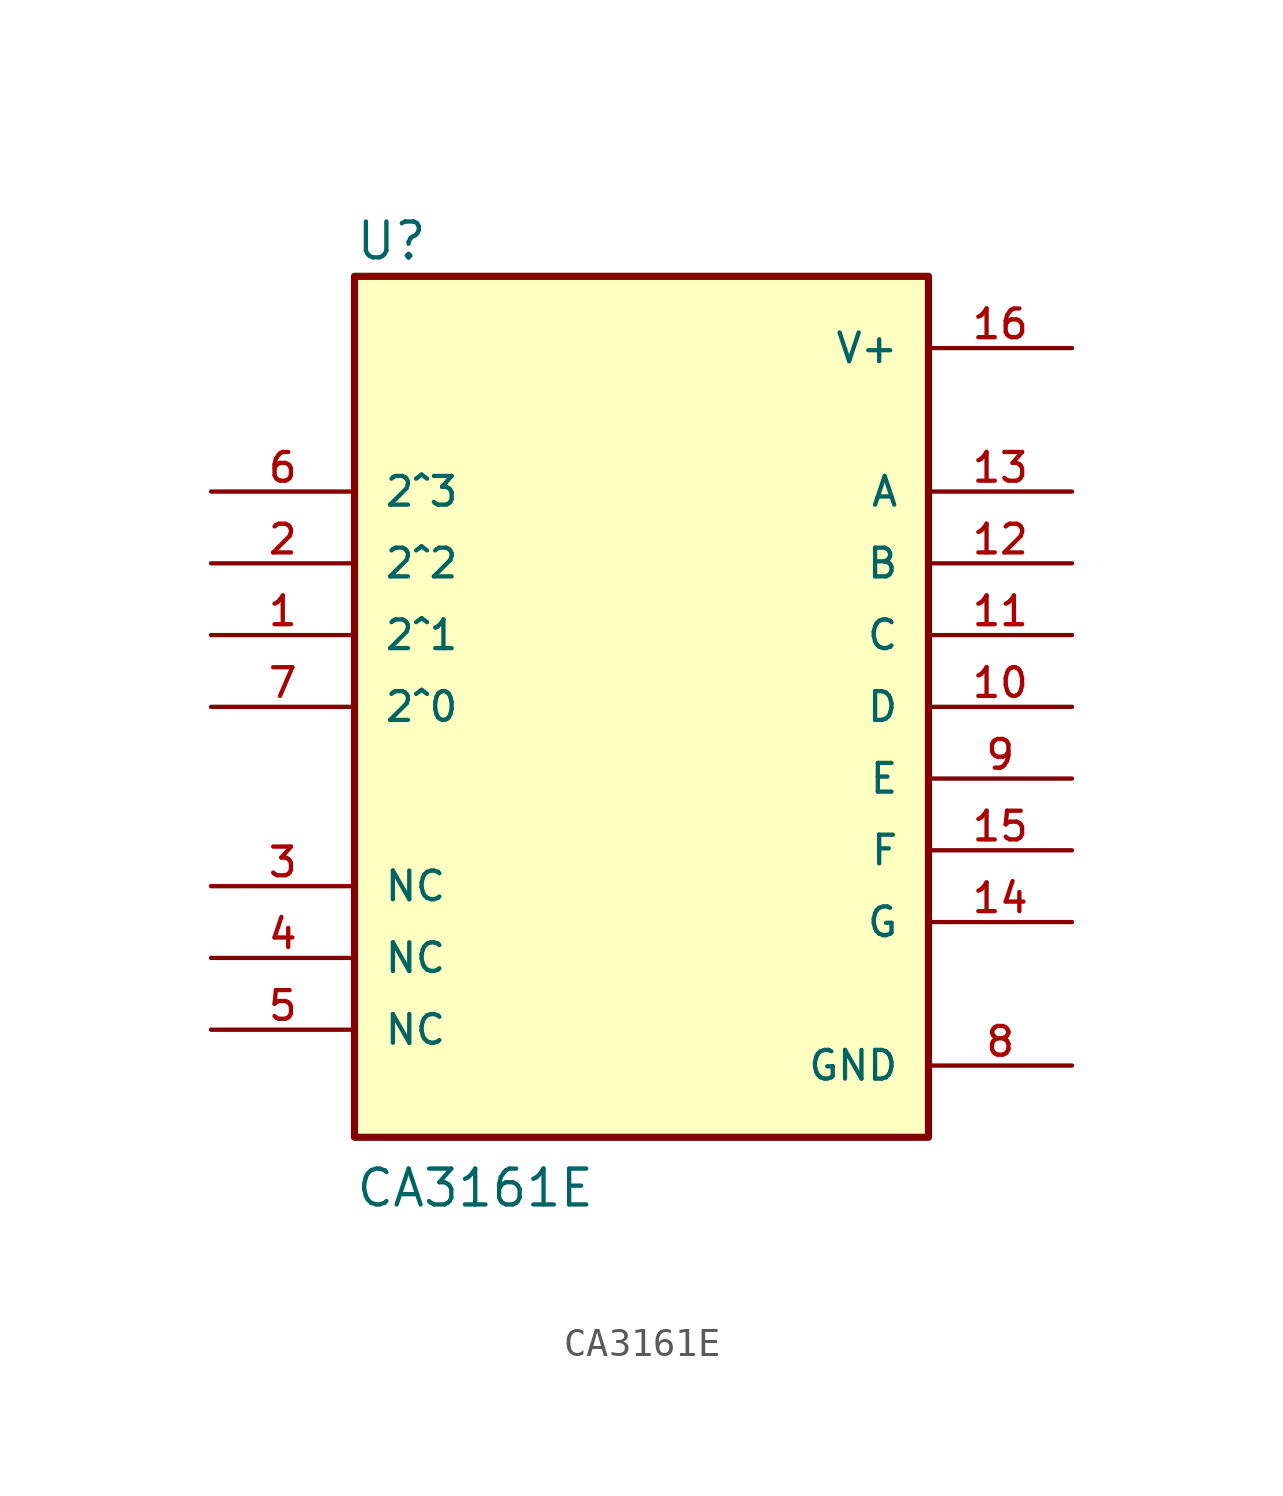
<source format=kicad_sym>
(kicad_symbol_lib
  (version 20231120)
  (generator "kicad_symbol_editor")
  (generator_version "8.0")
  (symbol "CA3161E"
    (pin_names
      (offset 1.016))
    (property "Reference" "U"
      (at -10.16 15.748 0)
      (effects (font (size 1.27 1.27)) (justify left bottom)))
    (property "Value" "CA3161E"
      (at -10.16 -17.78 0)
      (effects (font (size 1.27 1.27)) (justify left bottom)))
    (symbol "CA3161E_0_0"
      (rectangle (start -10.16 15.24) (end 10.16 -15.24) (stroke (width 0.254) (type default)) (fill (type background)))
      (pin output line (at 15.24 0 180) (length 5.08) (name "D" (effects (font (size 1.016 1.016)))) (number "10" (effects (font (size 1.016 1.016)))))
      (pin output line (at 15.24 2.54 180) (length 5.08) (name "C" (effects (font (size 1.016 1.016)))) (number "11" (effects (font (size 1.016 1.016)))))
      (pin output line (at 15.24 5.08 180) (length 5.08) (name "B" (effects (font (size 1.016 1.016)))) (number "12" (effects (font (size 1.016 1.016)))))
      (pin output line (at 15.24 7.62 180) (length 5.08) (name "A" (effects (font (size 1.016 1.016)))) (number "13" (effects (font (size 1.016 1.016)))))
      (pin output line (at 15.24 -7.62 180) (length 5.08) (name "G" (effects (font (size 1.016 1.016)))) (number "14" (effects (font (size 1.016 1.016)))))
      (pin output line (at 15.24 -5.08 180) (length 5.08) (name "F" (effects (font (size 1.016 1.016)))) (number "15" (effects (font (size 1.016 1.016)))))
      (pin power_in line (at 15.24 12.7 180) (length 5.08) (name "V+" (effects (font (size 1.016 1.016)))) (number "16" (effects (font (size 1.016 1.016)))))
      (pin power_in line (at 15.24 -12.7 180) (length 5.08) (name "GND" (effects (font (size 1.016 1.016)))) (number "8" (effects (font (size 1.016 1.016)))))
      (pin output line (at 15.24 -2.54 180) (length 5.08) (name "E" (effects (font (size 1.016 1.016)))) (number "9" (effects (font (size 1.016 1.016))))))
    (symbol "CA3161E_1_0"
      (pin input line (at -15.24 2.54 0) (length 5.08) (name "2^1" (effects (font (size 1.016 1.016)))) (number "1" (effects (font (size 1.016 1.016)))))
      (pin input line (at -15.24 5.08 0) (length 5.08) (name "2^2" (effects (font (size 1.016 1.016)))) (number "2" (effects (font (size 1.016 1.016)))))
      (pin output line (at -15.24 -6.35 0) (length 5.08) (name "NC" (effects (font (size 1.016 1.016)))) (number "3" (effects (font (size 1.016 1.016)))))
      (pin output line (at -15.24 -8.89 0) (length 5.08) (name "NC" (effects (font (size 1.016 1.016)))) (number "4" (effects (font (size 1.016 1.016)))))
      (pin output line (at -15.24 -11.43 0) (length 5.08) (name "NC" (effects (font (size 1.016 1.016)))) (number "5" (effects (font (size 1.016 1.016)))))
      (pin input line (at -15.24 7.62 0) (length 5.08) (name "2^3" (effects (font (size 1.016 1.016)))) (number "6" (effects (font (size 1.016 1.016)))))
      (pin input line (at -15.24 0 0) (length 5.08) (name "2^0" (effects (font (size 1.016 1.016)))) (number "7" (effects (font (size 1.016 1.016))))))))
</source>
